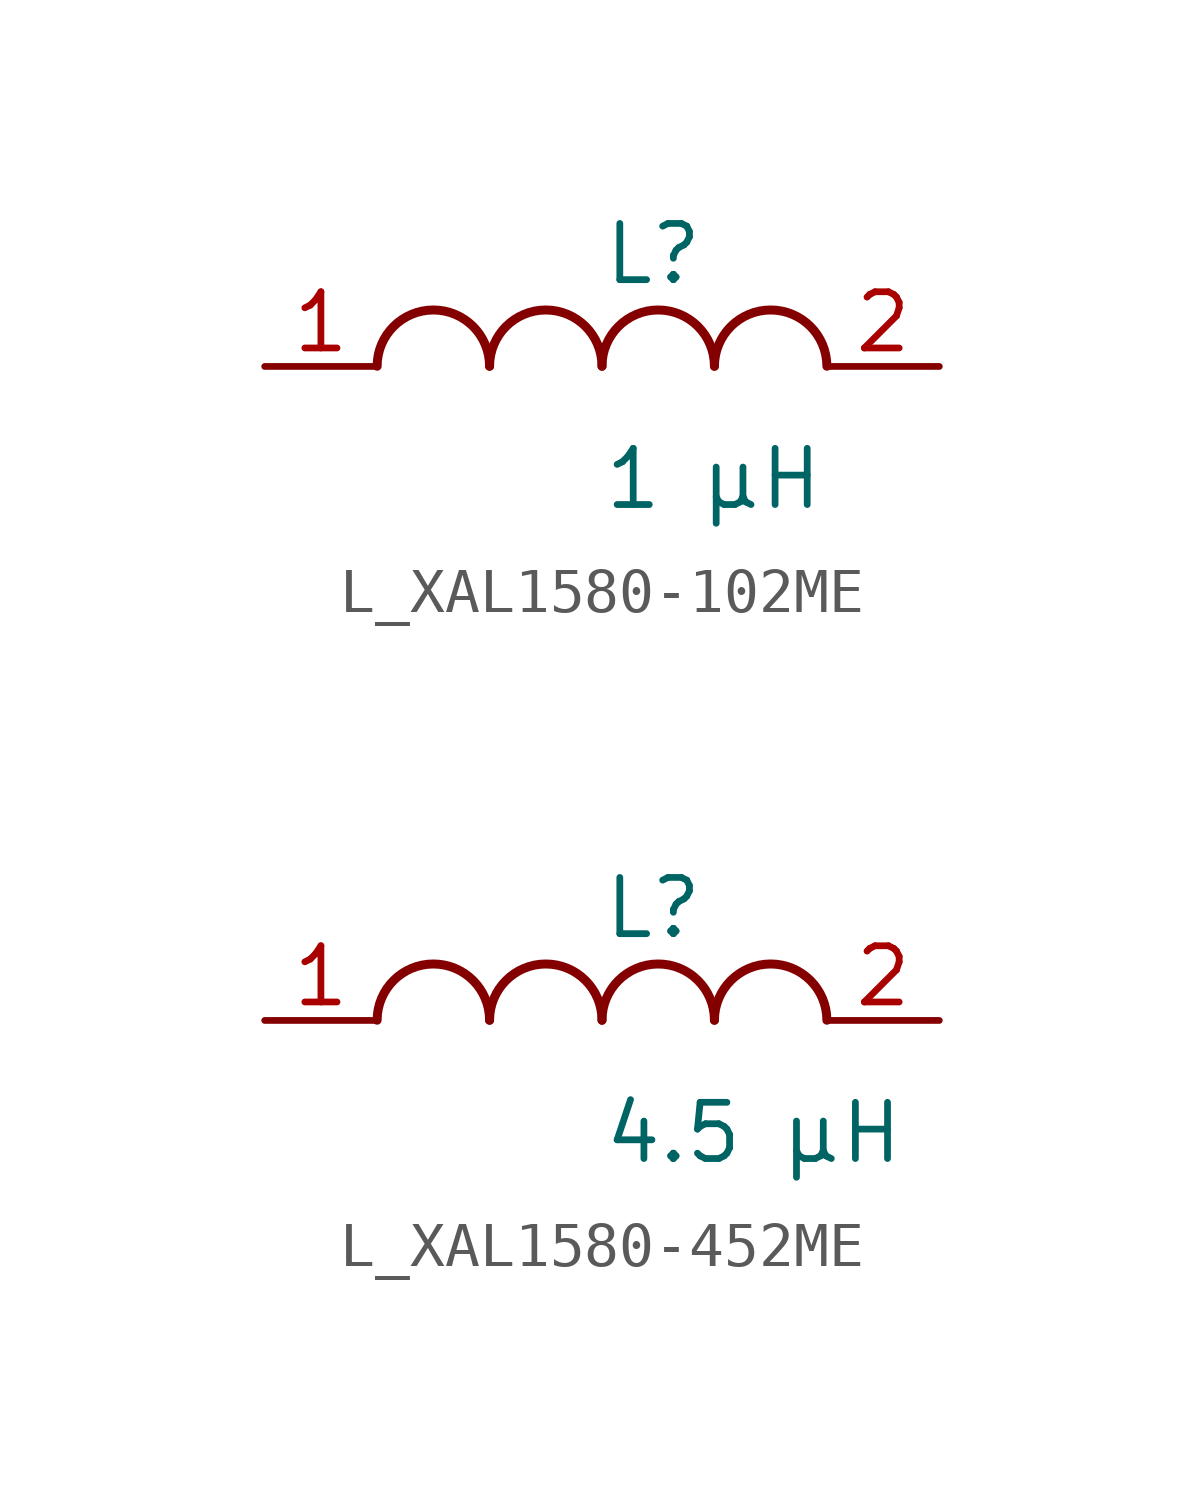
<source format=kicad_sym>
(kicad_symbol_lib
  (version 20231120)
  (generator kicad_symbol_editor)
  (generator_version 8.0)
  (symbol "L_XAL1580-102ME"
    (pin_names
      (offset 0.254))
    (property "Reference" "L"
      (at 0.0 2.54 0)
      (effects (font (size 1.27 1.27)) (justify left)))
    (property "Value" "1 µH"
      (at 0.0 -2.54 0)
      (effects (font (size 1.27 1.27)) (justify left)))
    (symbol "L_XAL1580-102ME_1_1"
      (arc (start -2.54 0.0056) (mid -3.81 1.27) (end -5.08 0.0056) (stroke (width 0.2032) (type default)) (fill (type none)))
      (arc (start 0 0.0056) (mid -1.27 1.27) (end -2.54 0.0056) (stroke (width 0.2032) (type default)) (fill (type none)))
      (arc (start 2.54 0.0056) (mid 1.27 1.27) (end 0 0.0056) (stroke (width 0.2032) (type default)) (fill (type none)))
      (arc (start 5.08 0.0056) (mid 3.81 1.27) (end 2.54 0.0056) (stroke (width 0.2032) (type default)) (fill (type none)))
      (pin unspecified line (at -7.62 0 0) (length 2.54) (name "" (effects (font (size 1.27 1.27)))) (number "1" (effects (font (size 1.27 1.27)))))
      (pin unspecified line (at 7.62 0 180) (length 2.54) (name "" (effects (font (size 1.27 1.27)))) (number "2" (effects (font (size 1.27 1.27)))))))
  (symbol "L_XAL1580-452ME"
    (pin_names
      (offset 0.254))
    (property "Reference" "L"
      (at 0.0 2.54 0)
      (effects (font (size 1.27 1.27)) (justify left)))
    (property "Value" "4.5 µH"
      (at 0.0 -2.54 0)
      (effects (font (size 1.27 1.27)) (justify left)))
    (symbol "L_XAL1580-452ME_1_1"
      (arc (start -2.54 0.0056) (mid -3.81 1.27) (end -5.08 0.0056) (stroke (width 0.2032) (type default)) (fill (type none)))
      (arc (start 0 0.0056) (mid -1.27 1.27) (end -2.54 0.0056) (stroke (width 0.2032) (type default)) (fill (type none)))
      (arc (start 2.54 0.0056) (mid 1.27 1.27) (end 0 0.0056) (stroke (width 0.2032) (type default)) (fill (type none)))
      (arc (start 5.08 0.0056) (mid 3.81 1.27) (end 2.54 0.0056) (stroke (width 0.2032) (type default)) (fill (type none)))
      (pin unspecified line (at -7.62 0 0) (length 2.54) (name "" (effects (font (size 1.27 1.27)))) (number "1" (effects (font (size 1.27 1.27)))))
      (pin unspecified line (at 7.62 0 180) (length 2.54) (name "" (effects (font (size 1.27 1.27)))) (number "2" (effects (font (size 1.27 1.27))))))))
</source>
